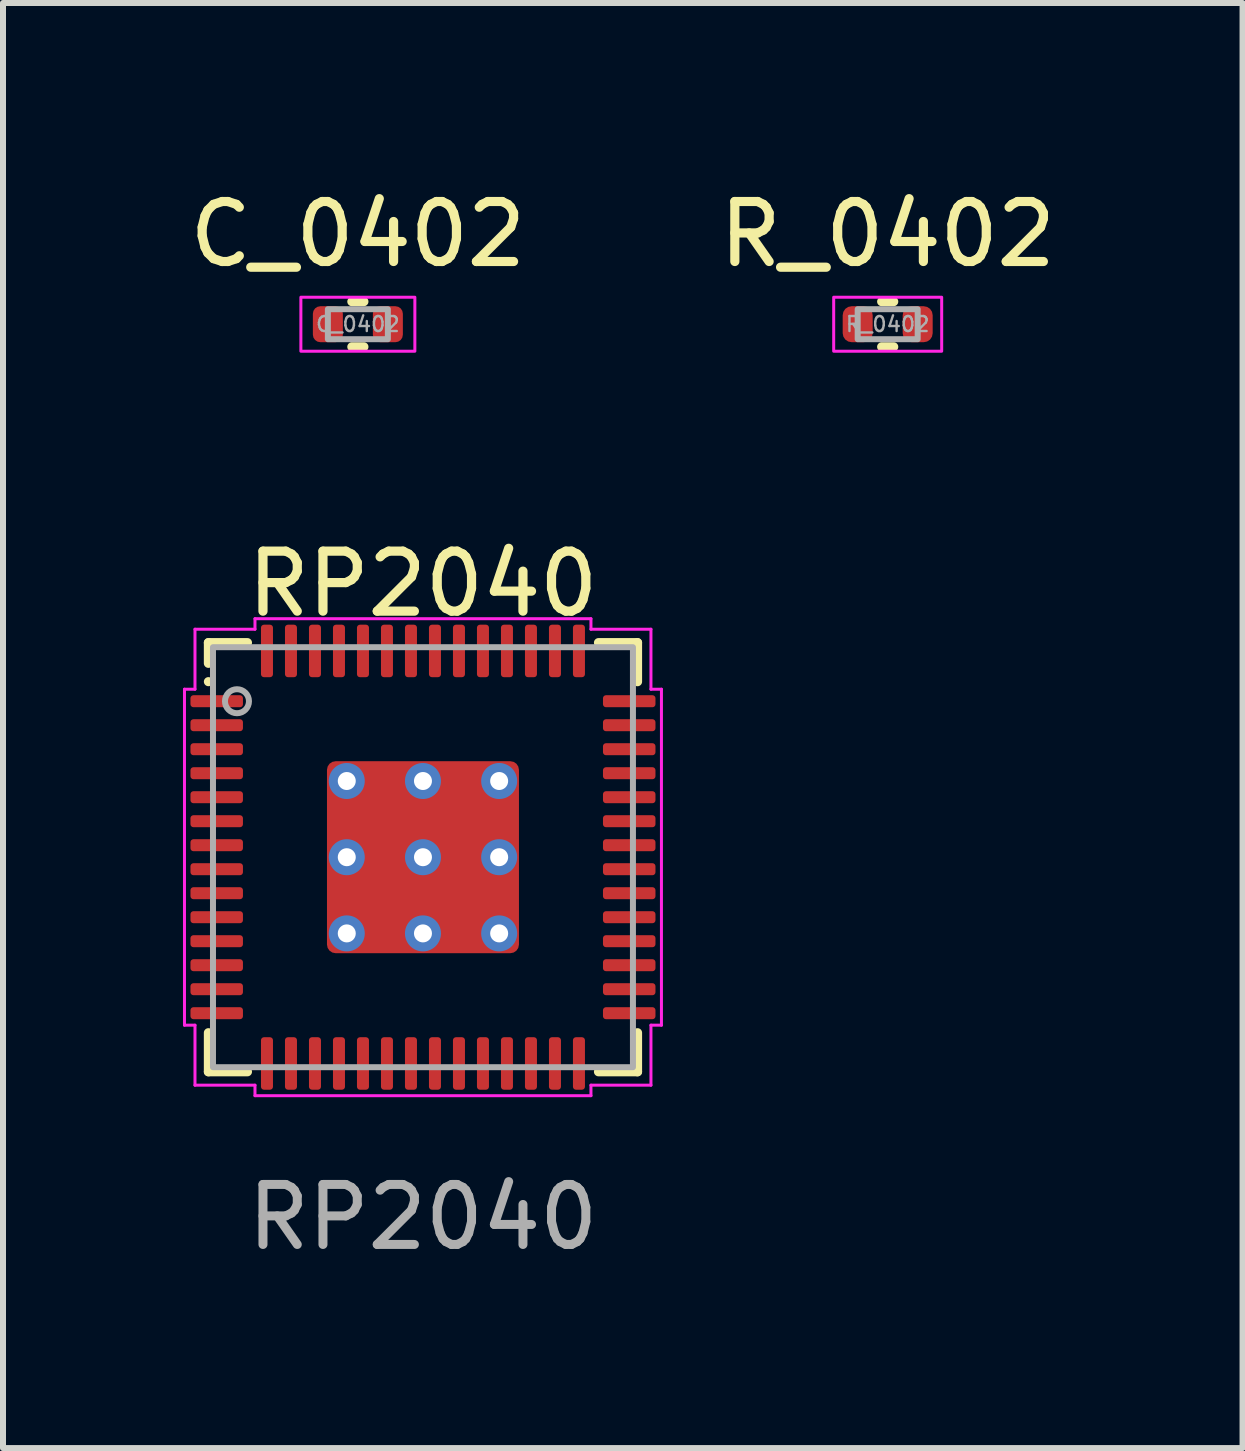
<source format=kicad_pcb>
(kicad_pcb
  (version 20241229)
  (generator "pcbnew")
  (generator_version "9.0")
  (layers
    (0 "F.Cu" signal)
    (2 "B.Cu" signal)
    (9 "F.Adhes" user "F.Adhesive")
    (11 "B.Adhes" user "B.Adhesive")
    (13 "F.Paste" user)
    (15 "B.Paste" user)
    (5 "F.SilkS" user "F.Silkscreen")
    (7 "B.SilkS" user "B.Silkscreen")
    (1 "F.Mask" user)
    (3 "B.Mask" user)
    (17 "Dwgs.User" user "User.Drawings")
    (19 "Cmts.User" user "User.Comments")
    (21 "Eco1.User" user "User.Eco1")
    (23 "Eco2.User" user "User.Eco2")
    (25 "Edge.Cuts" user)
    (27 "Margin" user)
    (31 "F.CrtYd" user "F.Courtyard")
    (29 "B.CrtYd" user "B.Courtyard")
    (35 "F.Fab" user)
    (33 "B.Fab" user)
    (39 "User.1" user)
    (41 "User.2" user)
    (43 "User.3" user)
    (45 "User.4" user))
  (footprint "R_0402"
    (layer "F.Cu")
    (at 11.746 2.354)
    (property "Reference" "R_0402" (at 0 -1.5 0) (unlocked yes) (layer "F.SilkS") (effects (font (size 1 1) (thickness 0.153))))
    (attr smd)
    (fp_line (start -0.1 -0.377) (end 0.1 -0.377) (stroke (width 0.153) (type solid)) (layer "F.SilkS"))
    (fp_line (start -0.1 0.377) (end 0.1 0.377) (stroke (width 0.153) (type solid)) (layer "F.SilkS"))
    (fp_rect (start -0.9 -0.45) (end 0.9 0.45) (stroke (width 0.05) (type solid)) (fill no) (layer "F.CrtYd"))
    (fp_rect (start -0.5 -0.25) (end 0.5 0.25) (stroke (width 0.1) (type solid)) (fill no) (layer "F.Fab"))
    (fp_text user "${REFERENCE}" (at 0 0 0) (unlocked yes) (layer "F.Fab") (effects (font (size 0.25 0.25) (thickness 0.04))))
    (pad "1" smd roundrect (at -0.5 0) (size 0.5 0.6) (layers "F.Cu" "F.Mask" "F.Paste") (roundrect_rratio 0.3))
    (pad "2" smd roundrect (at 0.5 0) (size 0.5 0.6) (layers "F.Cu" "F.Mask" "F.Paste") (roundrect_rratio 0.3)))
  (footprint "RP2040"
    (layer "F.Cu")
    (at 4 11.238)
    (property "Reference" "RP2040" (at 0 -4.556 0) (unlocked yes) (layer "F.SilkS") (effects (font (size 1 1) (thickness 0.153))))
    (attr smd)
    (fp_line (start -3.576 -3.576) (end -2.926 -3.576) (stroke (width 0.153) (type solid)) (layer "F.SilkS"))
    (fp_line (start -3.576 -3.232) (end -3.576 -3.576) (stroke (width 0.153) (type solid)) (layer "F.SilkS"))
    (fp_line (start -3.576 3.576) (end -3.576 2.926) (stroke (width 0.153) (type solid)) (layer "F.SilkS"))
    (fp_line (start -3.576 3.576) (end -2.926 3.576) (stroke (width 0.153) (type solid)) (layer "F.SilkS"))
    (fp_line (start 2.926 -3.576) (end 3.576 -3.576) (stroke (width 0.153) (type solid)) (layer "F.SilkS"))
    (fp_line (start 2.926 3.576) (end 3.576 3.576) (stroke (width 0.153) (type solid)) (layer "F.SilkS"))
    (fp_line (start 3.576 -3.576) (end 3.576 -2.926) (stroke (width 0.153) (type solid)) (layer "F.SilkS"))
    (fp_line (start 3.576 3.576) (end 3.576 2.926) (stroke (width 0.153) (type solid)) (layer "F.SilkS"))
    (fp_circle (center -3.576 -2.926) (end -3.5 -2.926) (stroke (width 0) (type solid)) (fill yes) (layer "F.SilkS"))
    (fp_line (start -3.975 -2.8) (end -3.975 2.8) (stroke (width 0.05) (type solid)) (layer "F.CrtYd"))
    (fp_line (start -3.975 -2.8) (end -3.8 -2.8) (stroke (width 0.05) (type solid)) (layer "F.CrtYd"))
    (fp_line (start -3.975 2.8) (end -3.8 2.8) (stroke (width 0.05) (type solid)) (layer "F.CrtYd"))
    (fp_line (start -3.8 -3.8) (end -3.8 -2.8) (stroke (width 0.05) (type solid)) (layer "F.CrtYd"))
    (fp_line (start -3.8 -3.8) (end -2.8 -3.8) (stroke (width 0.05) (type solid)) (layer "F.CrtYd"))
    (fp_line (start -3.8 2.8) (end -3.8 3.8) (stroke (width 0.05) (type solid)) (layer "F.CrtYd"))
    (fp_line (start -3.8 3.8) (end -2.8 3.8) (stroke (width 0.05) (type solid)) (layer "F.CrtYd"))
    (fp_line (start -2.8 -3.975) (end -2.8 -3.8) (stroke (width 0.05) (type solid)) (layer "F.CrtYd"))
    (fp_line (start -2.8 -3.975) (end 2.8 -3.975) (stroke (width 0.05) (type solid)) (layer "F.CrtYd"))
    (fp_line (start -2.8 3.8) (end -2.8 3.975) (stroke (width 0.05) (type solid)) (layer "F.CrtYd"))
    (fp_line (start -2.8 3.975) (end 2.8 3.975) (stroke (width 0.05) (type solid)) (layer "F.CrtYd"))
    (fp_line (start 2.8 -3.975) (end 2.8 -3.8) (stroke (width 0.05) (type solid)) (layer "F.CrtYd"))
    (fp_line (start 2.8 -3.8) (end 3.8 -3.8) (stroke (width 0.05) (type solid)) (layer "F.CrtYd"))
    (fp_line (start 2.8 3.8) (end 2.8 3.975) (stroke (width 0.05) (type solid)) (layer "F.CrtYd"))
    (fp_line (start 2.8 3.8) (end 3.8 3.8) (stroke (width 0.05) (type solid)) (layer "F.CrtYd"))
    (fp_line (start 3.8 -3.8) (end 3.8 -2.8) (stroke (width 0.05) (type solid)) (layer "F.CrtYd"))
    (fp_line (start 3.8 -2.8) (end 3.975 -2.8) (stroke (width 0.05) (type solid)) (layer "F.CrtYd"))
    (fp_line (start 3.8 2.8) (end 3.8 3.8) (stroke (width 0.05) (type solid)) (layer "F.CrtYd"))
    (fp_line (start 3.8 2.8) (end 3.975 2.8) (stroke (width 0.05) (type solid)) (layer "F.CrtYd"))
    (fp_line (start 3.975 -2.8) (end 3.975 2.8) (stroke (width 0.05) (type solid)) (layer "F.CrtYd"))
    (fp_rect (start -3.5 -3.5) (end 3.5 3.5) (stroke (width 0.1) (type solid)) (fill no) (layer "F.Fab"))
    (fp_circle (center -3.1 -2.6) (end -2.9 -2.6) (stroke (width 0.1) (type solid)) (fill no) (layer "F.Fab"))
    (fp_text user "${REFERENCE}" (at 0 6 0) (unlocked yes) (layer "F.Fab") (effects (font (size 1 1) (thickness 0.15))))
    (pad "1" smd roundrect (at -3.438 -2.6) (size 0.875 0.2) (layers "F.Cu" "F.Mask" "F.Paste") (roundrect_rratio 0.25))
    (pad "2" smd roundrect (at -3.438 -2.2) (size 0.875 0.2) (layers "F.Cu" "F.Mask" "F.Paste") (roundrect_rratio 0.25))
    (pad "3" smd roundrect (at -3.438 -1.8) (size 0.875 0.2) (layers "F.Cu" "F.Mask" "F.Paste") (roundrect_rratio 0.25))
    (pad "4" smd roundrect (at -3.438 -1.4) (size 0.875 0.2) (layers "F.Cu" "F.Mask" "F.Paste") (roundrect_rratio 0.25))
    (pad "5" smd roundrect (at -3.438 -1) (size 0.875 0.2) (layers "F.Cu" "F.Mask" "F.Paste") (roundrect_rratio 0.25))
    (pad "6" smd roundrect (at -3.438 -0.6) (size 0.875 0.2) (layers "F.Cu" "F.Mask" "F.Paste") (roundrect_rratio 0.25))
    (pad "7" smd roundrect (at -3.438 -0.2) (size 0.875 0.2) (layers "F.Cu" "F.Mask" "F.Paste") (roundrect_rratio 0.25))
    (pad "8" smd roundrect (at -3.438 0.2) (size 0.875 0.2) (layers "F.Cu" "F.Mask" "F.Paste") (roundrect_rratio 0.25))
    (pad "9" smd roundrect (at -3.438 0.6) (size 0.875 0.2) (layers "F.Cu" "F.Mask" "F.Paste") (roundrect_rratio 0.25))
    (pad "10" smd roundrect (at -3.438 1) (size 0.875 0.2) (layers "F.Cu" "F.Mask" "F.Paste") (roundrect_rratio 0.25))
    (pad "11" smd roundrect (at -3.438 1.4) (size 0.875 0.2) (layers "F.Cu" "F.Mask" "F.Paste") (roundrect_rratio 0.25))
    (pad "12" smd roundrect (at -3.438 1.8) (size 0.875 0.2) (layers "F.Cu" "F.Mask" "F.Paste") (roundrect_rratio 0.25))
    (pad "13" smd roundrect (at -3.438 2.2) (size 0.875 0.2) (layers "F.Cu" "F.Mask" "F.Paste") (roundrect_rratio 0.25))
    (pad "14" smd roundrect (at -3.438 2.6) (size 0.875 0.2) (layers "F.Cu" "F.Mask" "F.Paste") (roundrect_rratio 0.25))
    (pad "15" smd roundrect (at -2.6 3.438 90) (size 0.875 0.2) (layers "F.Cu" "F.Mask" "F.Paste") (roundrect_rratio 0.25))
    (pad "16" smd roundrect (at -2.2 3.438 90) (size 0.875 0.2) (layers "F.Cu" "F.Mask" "F.Paste") (roundrect_rratio 0.25))
    (pad "17" smd roundrect (at -1.8 3.438 90) (size 0.875 0.2) (layers "F.Cu" "F.Mask" "F.Paste") (roundrect_rratio 0.25))
    (pad "18" smd roundrect (at -1.4 3.438 90) (size 0.875 0.2) (layers "F.Cu" "F.Mask" "F.Paste") (roundrect_rratio 0.25))
    (pad "19" smd roundrect (at -1 3.438 90) (size 0.875 0.2) (layers "F.Cu" "F.Mask" "F.Paste") (roundrect_rratio 0.25))
    (pad "20" smd roundrect (at -0.6 3.438 90) (size 0.875 0.2) (layers "F.Cu" "F.Mask" "F.Paste") (roundrect_rratio 0.25))
    (pad "21" smd roundrect (at -0.2 3.438 90) (size 0.875 0.2) (layers "F.Cu" "F.Mask" "F.Paste") (roundrect_rratio 0.25))
    (pad "22" smd roundrect (at 0.2 3.438 90) (size 0.875 0.2) (layers "F.Cu" "F.Mask" "F.Paste") (roundrect_rratio 0.25))
    (pad "23" smd roundrect (at 0.6 3.438 90) (size 0.875 0.2) (layers "F.Cu" "F.Mask" "F.Paste") (roundrect_rratio 0.25))
    (pad "24" smd roundrect (at 1 3.438 90) (size 0.875 0.2) (layers "F.Cu" "F.Mask" "F.Paste") (roundrect_rratio 0.25))
    (pad "25" smd roundrect (at 1.4 3.438 90) (size 0.875 0.2) (layers "F.Cu" "F.Mask" "F.Paste") (roundrect_rratio 0.25))
    (pad "26" smd roundrect (at 1.8 3.438 90) (size 0.875 0.2) (layers "F.Cu" "F.Mask" "F.Paste") (roundrect_rratio 0.25))
    (pad "27" smd roundrect (at 2.2 3.438 90) (size 0.875 0.2) (layers "F.Cu" "F.Mask" "F.Paste") (roundrect_rratio 0.25))
    (pad "28" smd roundrect (at 2.6 3.438 90) (size 0.875 0.2) (layers "F.Cu" "F.Mask" "F.Paste") (roundrect_rratio 0.25))
    (pad "29" smd roundrect (at 3.438 2.6) (size 0.875 0.2) (layers "F.Cu" "F.Mask" "F.Paste") (roundrect_rratio 0.25))
    (pad "30" smd roundrect (at 3.438 2.2) (size 0.875 0.2) (layers "F.Cu" "F.Mask" "F.Paste") (roundrect_rratio 0.25))
    (pad "31" smd roundrect (at 3.438 1.8) (size 0.875 0.2) (layers "F.Cu" "F.Mask" "F.Paste") (roundrect_rratio 0.25))
    (pad "32" smd roundrect (at 3.438 1.4) (size 0.875 0.2) (layers "F.Cu" "F.Mask" "F.Paste") (roundrect_rratio 0.25))
    (pad "33" smd roundrect (at 3.438 1) (size 0.875 0.2) (layers "F.Cu" "F.Mask" "F.Paste") (roundrect_rratio 0.25))
    (pad "34" smd roundrect (at 3.438 0.6) (size 0.875 0.2) (layers "F.Cu" "F.Mask" "F.Paste") (roundrect_rratio 0.25))
    (pad "35" smd roundrect (at 3.438 0.2) (size 0.875 0.2) (layers "F.Cu" "F.Mask" "F.Paste") (roundrect_rratio 0.25))
    (pad "36" smd roundrect (at 3.438 -0.2) (size 0.875 0.2) (layers "F.Cu" "F.Mask" "F.Paste") (roundrect_rratio 0.25))
    (pad "37" smd roundrect (at 3.438 -0.6) (size 0.875 0.2) (layers "F.Cu" "F.Mask" "F.Paste") (roundrect_rratio 0.25))
    (pad "38" smd roundrect (at 3.438 -1) (size 0.875 0.2) (layers "F.Cu" "F.Mask" "F.Paste") (roundrect_rratio 0.25))
    (pad "39" smd roundrect (at 3.438 -1.4) (size 0.875 0.2) (layers "F.Cu" "F.Mask" "F.Paste") (roundrect_rratio 0.25))
    (pad "40" smd roundrect (at 3.438 -1.8) (size 0.875 0.2) (layers "F.Cu" "F.Mask" "F.Paste") (roundrect_rratio 0.25))
    (pad "41" smd roundrect (at 3.438 -2.2) (size 0.875 0.2) (layers "F.Cu" "F.Mask" "F.Paste") (roundrect_rratio 0.25))
    (pad "42" smd roundrect (at 3.438 -2.6) (size 0.875 0.2) (layers "F.Cu" "F.Mask" "F.Paste") (roundrect_rratio 0.25))
    (pad "43" smd roundrect (at 2.6 -3.438 90) (size 0.875 0.2) (layers "F.Cu" "F.Mask" "F.Paste") (roundrect_rratio 0.25))
    (pad "44" smd roundrect (at 2.2 -3.438 90) (size 0.875 0.2) (layers "F.Cu" "F.Mask" "F.Paste") (roundrect_rratio 0.25))
    (pad "45" smd roundrect (at 1.8 -3.438 90) (size 0.875 0.2) (layers "F.Cu" "F.Mask" "F.Paste") (roundrect_rratio 0.25))
    (pad "46" smd roundrect (at 1.4 -3.438 90) (size 0.875 0.2) (layers "F.Cu" "F.Mask" "F.Paste") (roundrect_rratio 0.25))
    (pad "47" smd roundrect (at 1 -3.438 90) (size 0.875 0.2) (layers "F.Cu" "F.Mask" "F.Paste") (roundrect_rratio 0.25))
    (pad "48" smd roundrect (at 0.6 -3.438 90) (size 0.875 0.2) (layers "F.Cu" "F.Mask" "F.Paste") (roundrect_rratio 0.25))
    (pad "49" smd roundrect (at 0.2 -3.438 90) (size 0.875 0.2) (layers "F.Cu" "F.Mask" "F.Paste") (roundrect_rratio 0.25))
    (pad "50" smd roundrect (at -0.2 -3.438 90) (size 0.875 0.2) (layers "F.Cu" "F.Mask" "F.Paste") (roundrect_rratio 0.25))
    (pad "51" smd roundrect (at -0.6 -3.438 90) (size 0.875 0.2) (layers "F.Cu" "F.Mask" "F.Paste") (roundrect_rratio 0.25))
    (pad "52" smd roundrect (at -1 -3.438 90) (size 0.875 0.2) (layers "F.Cu" "F.Mask" "F.Paste") (roundrect_rratio 0.25))
    (pad "53" smd roundrect (at -1.4 -3.438 90) (size 0.875 0.2) (layers "F.Cu" "F.Mask" "F.Paste") (roundrect_rratio 0.25))
    (pad "54" smd roundrect (at -1.8 -3.438 90) (size 0.875 0.2) (layers "F.Cu" "F.Mask" "F.Paste") (roundrect_rratio 0.25))
    (pad "55" smd roundrect (at -2.2 -3.438 90) (size 0.875 0.2) (layers "F.Cu" "F.Mask" "F.Paste") (roundrect_rratio 0.25))
    (pad "56" smd roundrect (at -2.6 -3.438 90) (size 0.875 0.2) (layers "F.Cu" "F.Mask" "F.Paste") (roundrect_rratio 0.25))
    (pad "57" thru_hole circle (at -1.27 -1.27) (size 0.6 0.6) (drill 0.3) (layers "*.Cu"))
    (pad "57" thru_hole circle (at -1.27 0) (size 0.6 0.6) (drill 0.3) (layers "*.Cu"))
    (pad "57" thru_hole circle (at -1.27 1.27) (size 0.6 0.6) (drill 0.3) (layers "*.Cu"))
    (pad "57" thru_hole circle (at 0 -1.27) (size 0.6 0.6) (drill 0.3) (layers "*.Cu"))
    (pad "57" thru_hole circle (at 0 0) (size 0.6 0.6) (drill 0.3) (layers "*.Cu"))
    (pad "57" smd roundrect (at 0 0) (size 3.2 3.2) (layers "F.Cu" "F.Mask" "F.Paste") (roundrect_rratio 0.045))
    (pad "57" thru_hole circle (at 0 1.27) (size 0.6 0.6) (drill 0.3) (layers "*.Cu"))
    (pad "57" thru_hole circle (at 1.27 -1.27) (size 0.6 0.6) (drill 0.3) (layers "*.Cu"))
    (pad "57" thru_hole circle (at 1.27 0) (size 0.6 0.6) (drill 0.3) (layers "*.Cu"))
    (pad "57" thru_hole circle (at 1.27 1.27) (size 0.6 0.6) (drill 0.3) (layers "*.Cu")))
  (footprint "C_0402"
    (layer "F.Cu")
    (at 2.915 2.354)
    (property "Reference" "C_0402" (at 0 -1.5 0) (unlocked yes) (layer "F.SilkS") (effects (font (size 1 1) (thickness 0.153))))
    (attr smd)
    (fp_line (start -0.1 -0.377) (end 0.1 -0.377) (stroke (width 0.153) (type solid)) (layer "F.SilkS"))
    (fp_line (start -0.1 0.377) (end 0.1 0.377) (stroke (width 0.153) (type solid)) (layer "F.SilkS"))
    (fp_rect (start -0.95 -0.45) (end 0.95 0.45) (stroke (width 0.05) (type solid)) (fill no) (layer "F.CrtYd"))
    (fp_rect (start -0.5 -0.25) (end 0.5 0.25) (stroke (width 0.1) (type solid)) (fill no) (layer "F.Fab"))
    (fp_text user "${REFERENCE}" (at 0 0 0) (unlocked yes) (layer "F.Fab") (effects (font (size 0.25 0.25) (thickness 0.04))))
    (pad "1" smd roundrect (at -0.5 0) (size 0.5 0.6) (layers "F.Cu" "F.Mask" "F.Paste") (roundrect_rratio 0.25))
    (pad "2" smd roundrect (at 0.5 0) (size 0.5 0.6) (layers "F.Cu" "F.Mask" "F.Paste") (roundrect_rratio 0.25)))
  (gr_rect
    (start -3 -3)
    (end 17.661 21.086)
    (stroke (width 0.1) (type default))
    (fill no)
    (layer "Edge.Cuts")))
</source>
